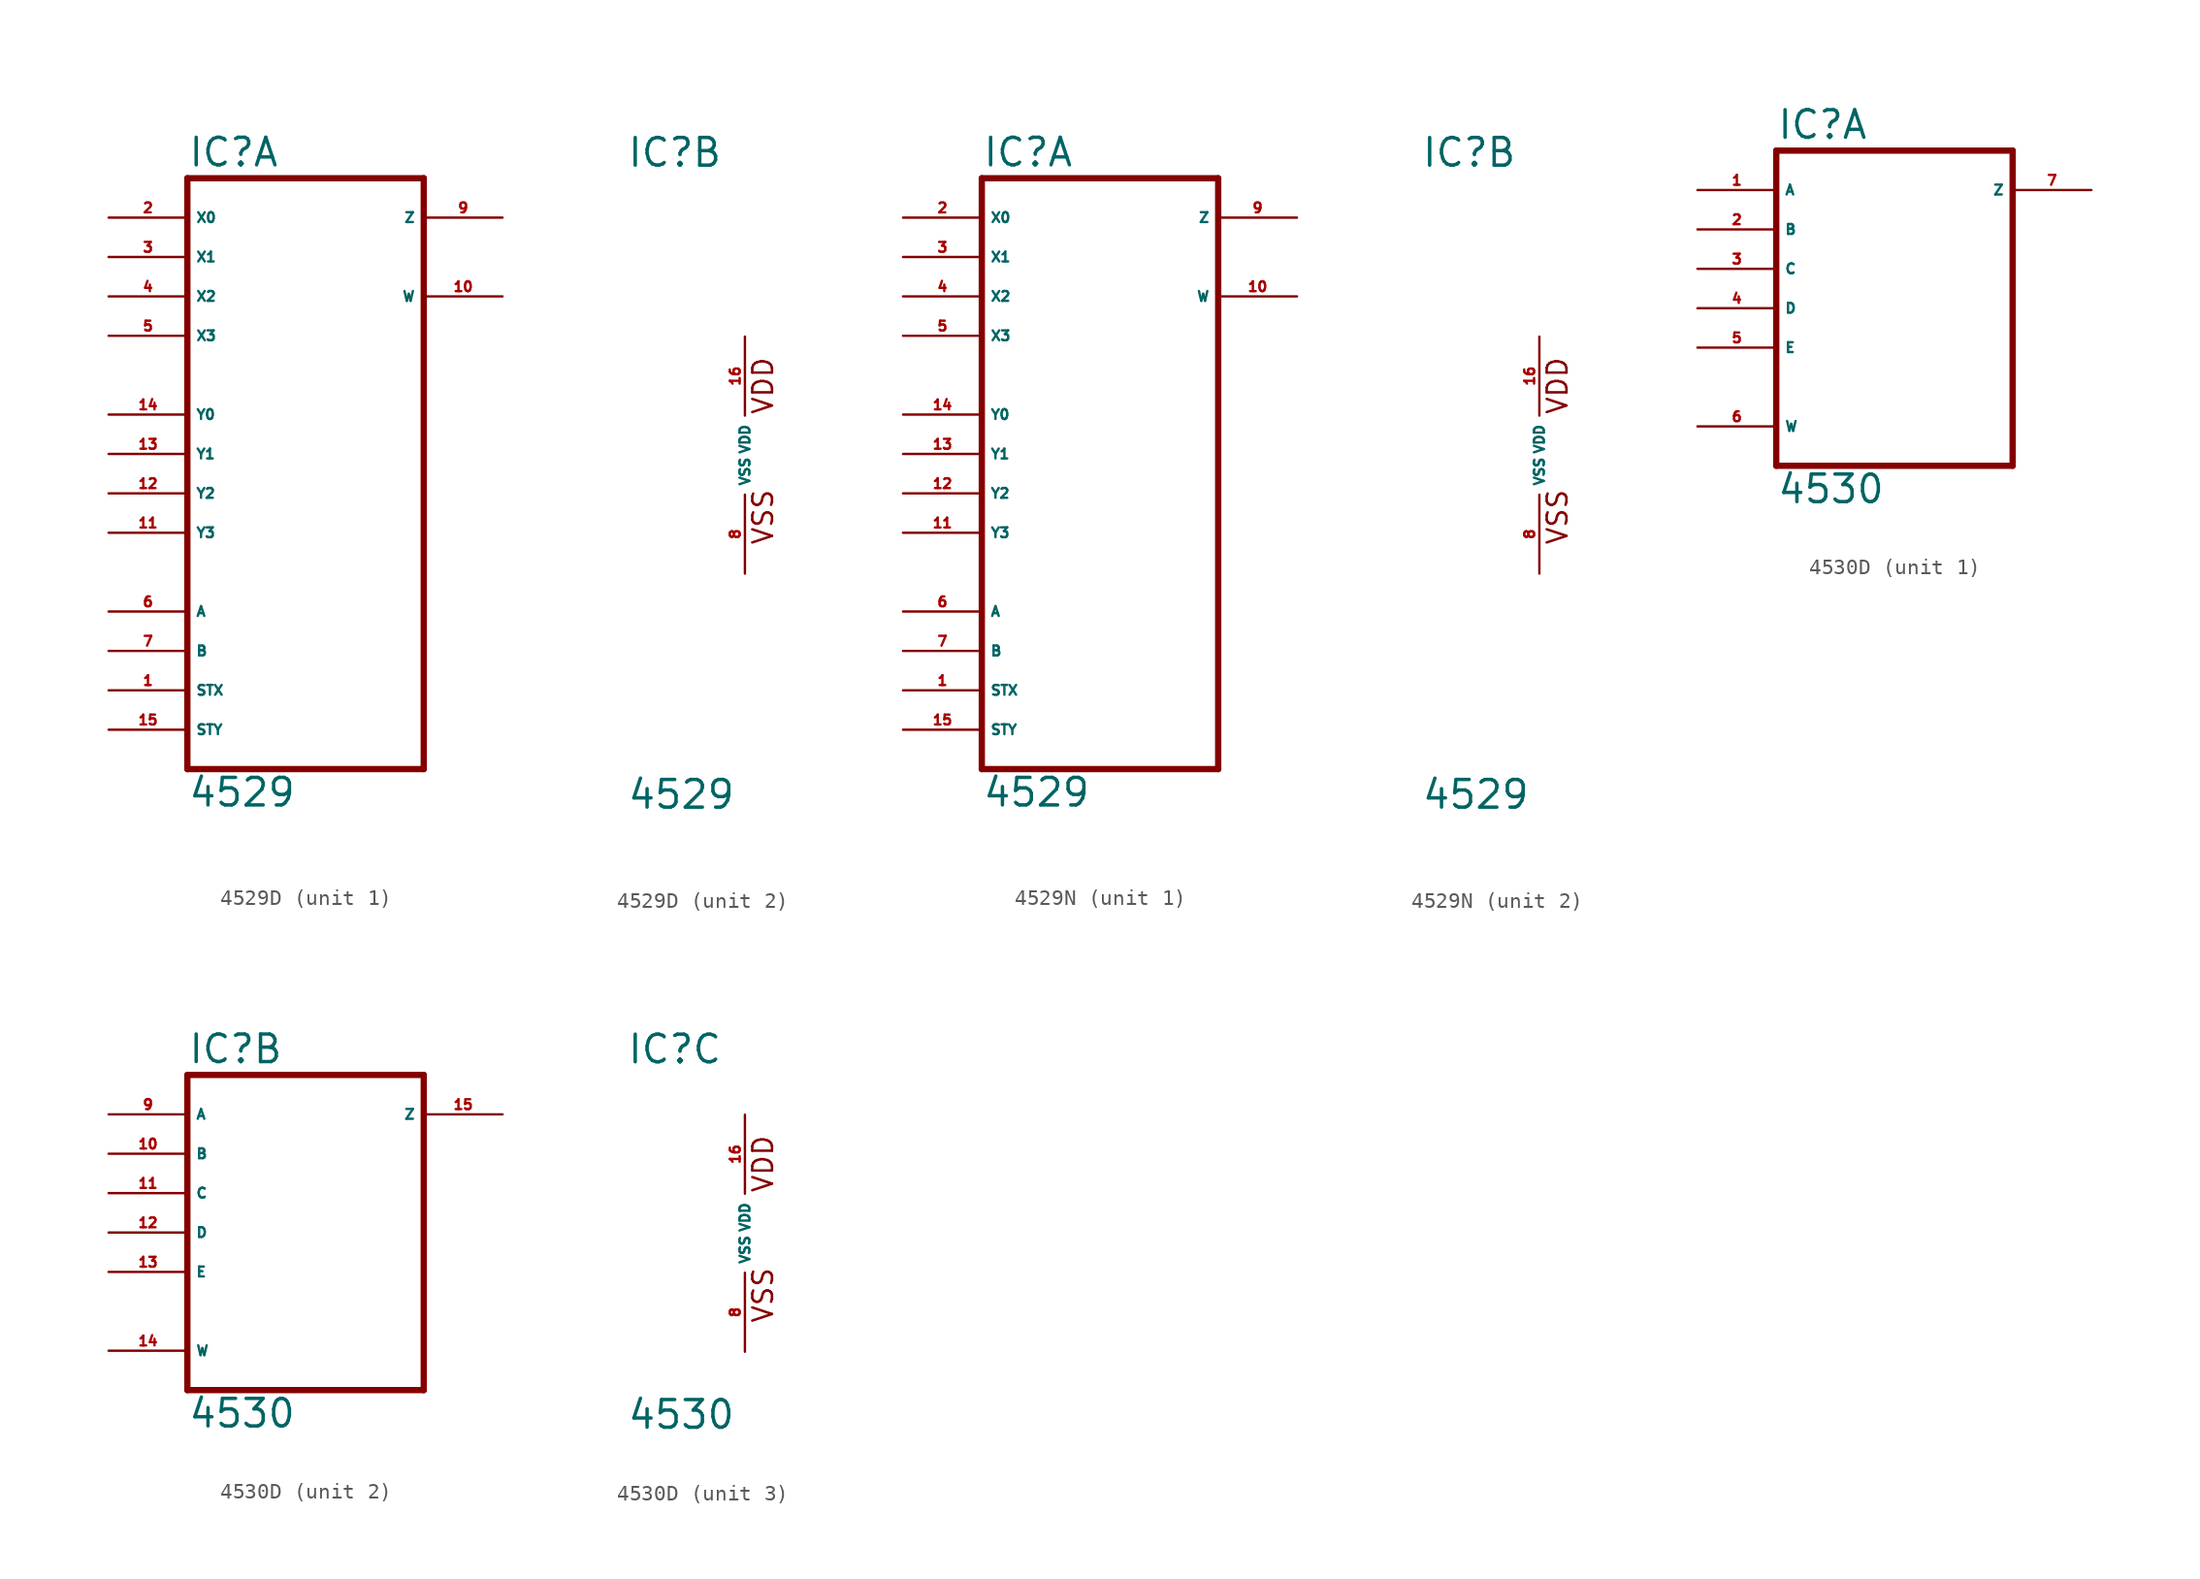
<source format=kicad_sym>
(kicad_symbol_lib
  (version 20220914)
  (generator Eagle2Kicad)
  (symbol "4529D"
    (property "Reference" "IC"
      (at -7.62 18.415 0)
      (effects (font (size 1.778 1.778) (thickness 0.22)) (justify left bottom)))
    (property "Value" "4529"
      (at -7.62 -22.86 0)
      (effects (font (size 1.778 1.778) (thickness 0.22)) (justify left bottom)))
    (symbol "4529D_1_0"
      (polyline (pts (xy -7.62 -20.32) (xy 7.62 -20.32)) (stroke (width 0.406) (type default)) (fill (type none)))
      (polyline (pts (xy 7.62 -20.32) (xy 7.62 17.78)) (stroke (width 0.406) (type default)) (fill (type none)))
      (polyline (pts (xy 7.62 17.78) (xy -7.62 17.78)) (stroke (width 0.406) (type default)) (fill (type none)))
      (polyline (pts (xy -7.62 17.78) (xy -7.62 -20.32)) (stroke (width 0.406) (type default)) (fill (type none)))
      (pin input line (at -12.7 -15.24 0) (length 5.08) (name "STX" (effects (font (size 0.635 0.635) (thickness 0.08)) (justify left bottom))) (number "1" (effects (font (size 0.635 0.635) (thickness 0.08)) (justify left bottom))))
      (pin input line (at -12.7 15.24 0) (length 5.08) (name "X0" (effects (font (size 0.635 0.635) (thickness 0.08)) (justify left bottom))) (number "2" (effects (font (size 0.635 0.635) (thickness 0.08)) (justify left bottom))))
      (pin input line (at -12.7 12.7 0) (length 5.08) (name "X1" (effects (font (size 0.635 0.635) (thickness 0.08)) (justify left bottom))) (number "3" (effects (font (size 0.635 0.635) (thickness 0.08)) (justify left bottom))))
      (pin input line (at -12.7 10.16 0) (length 5.08) (name "X2" (effects (font (size 0.635 0.635) (thickness 0.08)) (justify left bottom))) (number "4" (effects (font (size 0.635 0.635) (thickness 0.08)) (justify left bottom))))
      (pin input line (at -12.7 -17.78 0) (length 5.08) (name "STY" (effects (font (size 0.635 0.635) (thickness 0.08)) (justify left bottom))) (number "15" (effects (font (size 0.635 0.635) (thickness 0.08)) (justify left bottom))))
      (pin input line (at -12.7 -10.16 0) (length 5.08) (name "A" (effects (font (size 0.635 0.635) (thickness 0.08)) (justify left bottom))) (number "6" (effects (font (size 0.635 0.635) (thickness 0.08)) (justify left bottom))))
      (pin input line (at -12.7 -12.7 0) (length 5.08) (name "B" (effects (font (size 0.635 0.635) (thickness 0.08)) (justify left bottom))) (number "7" (effects (font (size 0.635 0.635) (thickness 0.08)) (justify left bottom))))
      (pin tri_state line (at 12.7 15.24 180) (length 5.08) (name "Z" (effects (font (size 0.635 0.635) (thickness 0.08)) (justify left bottom))) (number "9" (effects (font (size 0.635 0.635) (thickness 0.08)) (justify left bottom))))
      (pin tri_state line (at 12.7 10.16 180) (length 5.08) (name "W" (effects (font (size 0.635 0.635) (thickness 0.08)) (justify left bottom))) (number "10" (effects (font (size 0.635 0.635) (thickness 0.08)) (justify left bottom))))
      (pin input line (at -12.7 -5.08 0) (length 5.08) (name "Y3" (effects (font (size 0.635 0.635) (thickness 0.08)) (justify left bottom))) (number "11" (effects (font (size 0.635 0.635) (thickness 0.08)) (justify left bottom))))
      (pin input line (at -12.7 -2.54 0) (length 5.08) (name "Y2" (effects (font (size 0.635 0.635) (thickness 0.08)) (justify left bottom))) (number "12" (effects (font (size 0.635 0.635) (thickness 0.08)) (justify left bottom))))
      (pin input line (at -12.7 0 0) (length 5.08) (name "Y1" (effects (font (size 0.635 0.635) (thickness 0.08)) (justify left bottom))) (number "13" (effects (font (size 0.635 0.635) (thickness 0.08)) (justify left bottom))))
      (pin input line (at -12.7 2.54 0) (length 5.08) (name "Y0" (effects (font (size 0.635 0.635) (thickness 0.08)) (justify left bottom))) (number "14" (effects (font (size 0.635 0.635) (thickness 0.08)) (justify left bottom))))
      (pin input line (at -12.7 7.62 0) (length 5.08) (name "X3" (effects (font (size 0.635 0.635) (thickness 0.08)) (justify left bottom))) (number "5" (effects (font (size 0.635 0.635) (thickness 0.08)) (justify left bottom)))))
    (symbol "4529D_2_0"
      (text "VDD" (at 1.905 2.54 900) (effects (font (size 1.27 1.27) (thickness 0.16)) (justify left bottom)))
      (text "VSS" (at 1.905 -5.842 900) (effects (font (size 1.27 1.27) (thickness 0.16)) (justify left bottom)))
      (pin unspecified line (at 0 -7.62 90) (length 5.08) (name "VSS" (effects (font (size 0.635 0.635) (thickness 0.08)) (justify left bottom))) (number "8" (effects (font (size 0.635 0.635) (thickness 0.08)) (justify left bottom))))
      (pin unspecified line (at 0 7.62 270) (length 5.08) (name "VDD" (effects (font (size 0.635 0.635) (thickness 0.08)) (justify left bottom))) (number "16" (effects (font (size 0.635 0.635) (thickness 0.08)) (justify left bottom))))))
  (symbol "4529N"
    (property "Reference" "IC"
      (at -7.62 18.415 0)
      (effects (font (size 1.778 1.778) (thickness 0.22)) (justify left bottom)))
    (property "Value" "4529"
      (at -7.62 -22.86 0)
      (effects (font (size 1.778 1.778) (thickness 0.22)) (justify left bottom)))
    (symbol "4529N_1_0"
      (polyline (pts (xy -7.62 -20.32) (xy 7.62 -20.32)) (stroke (width 0.406) (type default)) (fill (type none)))
      (polyline (pts (xy 7.62 -20.32) (xy 7.62 17.78)) (stroke (width 0.406) (type default)) (fill (type none)))
      (polyline (pts (xy 7.62 17.78) (xy -7.62 17.78)) (stroke (width 0.406) (type default)) (fill (type none)))
      (polyline (pts (xy -7.62 17.78) (xy -7.62 -20.32)) (stroke (width 0.406) (type default)) (fill (type none)))
      (pin input line (at -12.7 -15.24 0) (length 5.08) (name "STX" (effects (font (size 0.635 0.635) (thickness 0.08)) (justify left bottom))) (number "1" (effects (font (size 0.635 0.635) (thickness 0.08)) (justify left bottom))))
      (pin input line (at -12.7 15.24 0) (length 5.08) (name "X0" (effects (font (size 0.635 0.635) (thickness 0.08)) (justify left bottom))) (number "2" (effects (font (size 0.635 0.635) (thickness 0.08)) (justify left bottom))))
      (pin input line (at -12.7 12.7 0) (length 5.08) (name "X1" (effects (font (size 0.635 0.635) (thickness 0.08)) (justify left bottom))) (number "3" (effects (font (size 0.635 0.635) (thickness 0.08)) (justify left bottom))))
      (pin input line (at -12.7 10.16 0) (length 5.08) (name "X2" (effects (font (size 0.635 0.635) (thickness 0.08)) (justify left bottom))) (number "4" (effects (font (size 0.635 0.635) (thickness 0.08)) (justify left bottom))))
      (pin input line (at -12.7 -17.78 0) (length 5.08) (name "STY" (effects (font (size 0.635 0.635) (thickness 0.08)) (justify left bottom))) (number "15" (effects (font (size 0.635 0.635) (thickness 0.08)) (justify left bottom))))
      (pin input line (at -12.7 -10.16 0) (length 5.08) (name "A" (effects (font (size 0.635 0.635) (thickness 0.08)) (justify left bottom))) (number "6" (effects (font (size 0.635 0.635) (thickness 0.08)) (justify left bottom))))
      (pin input line (at -12.7 -12.7 0) (length 5.08) (name "B" (effects (font (size 0.635 0.635) (thickness 0.08)) (justify left bottom))) (number "7" (effects (font (size 0.635 0.635) (thickness 0.08)) (justify left bottom))))
      (pin tri_state line (at 12.7 15.24 180) (length 5.08) (name "Z" (effects (font (size 0.635 0.635) (thickness 0.08)) (justify left bottom))) (number "9" (effects (font (size 0.635 0.635) (thickness 0.08)) (justify left bottom))))
      (pin tri_state line (at 12.7 10.16 180) (length 5.08) (name "W" (effects (font (size 0.635 0.635) (thickness 0.08)) (justify left bottom))) (number "10" (effects (font (size 0.635 0.635) (thickness 0.08)) (justify left bottom))))
      (pin input line (at -12.7 -5.08 0) (length 5.08) (name "Y3" (effects (font (size 0.635 0.635) (thickness 0.08)) (justify left bottom))) (number "11" (effects (font (size 0.635 0.635) (thickness 0.08)) (justify left bottom))))
      (pin input line (at -12.7 -2.54 0) (length 5.08) (name "Y2" (effects (font (size 0.635 0.635) (thickness 0.08)) (justify left bottom))) (number "12" (effects (font (size 0.635 0.635) (thickness 0.08)) (justify left bottom))))
      (pin input line (at -12.7 0 0) (length 5.08) (name "Y1" (effects (font (size 0.635 0.635) (thickness 0.08)) (justify left bottom))) (number "13" (effects (font (size 0.635 0.635) (thickness 0.08)) (justify left bottom))))
      (pin input line (at -12.7 2.54 0) (length 5.08) (name "Y0" (effects (font (size 0.635 0.635) (thickness 0.08)) (justify left bottom))) (number "14" (effects (font (size 0.635 0.635) (thickness 0.08)) (justify left bottom))))
      (pin input line (at -12.7 7.62 0) (length 5.08) (name "X3" (effects (font (size 0.635 0.635) (thickness 0.08)) (justify left bottom))) (number "5" (effects (font (size 0.635 0.635) (thickness 0.08)) (justify left bottom)))))
    (symbol "4529N_2_0"
      (text "VDD" (at 1.905 2.54 900) (effects (font (size 1.27 1.27) (thickness 0.16)) (justify left bottom)))
      (text "VSS" (at 1.905 -5.842 900) (effects (font (size 1.27 1.27) (thickness 0.16)) (justify left bottom)))
      (pin unspecified line (at 0 -7.62 90) (length 5.08) (name "VSS" (effects (font (size 0.635 0.635) (thickness 0.08)) (justify left bottom))) (number "8" (effects (font (size 0.635 0.635) (thickness 0.08)) (justify left bottom))))
      (pin unspecified line (at 0 7.62 270) (length 5.08) (name "VDD" (effects (font (size 0.635 0.635) (thickness 0.08)) (justify left bottom))) (number "16" (effects (font (size 0.635 0.635) (thickness 0.08)) (justify left bottom))))))
  (symbol "4530D"
    (property "Reference" "IC"
      (at -7.62 10.795 0)
      (effects (font (size 1.778 1.778) (thickness 0.22)) (justify left bottom)))
    (property "Value" "4530"
      (at -7.62 -12.7 0)
      (effects (font (size 1.778 1.778) (thickness 0.22)) (justify left bottom)))
    (symbol "4530D_1_0"
      (polyline (pts (xy -7.62 -10.16) (xy 7.62 -10.16)) (stroke (width 0.406) (type default)) (fill (type none)))
      (polyline (pts (xy 7.62 -10.16) (xy 7.62 10.16)) (stroke (width 0.406) (type default)) (fill (type none)))
      (polyline (pts (xy 7.62 10.16) (xy -7.62 10.16)) (stroke (width 0.406) (type default)) (fill (type none)))
      (polyline (pts (xy -7.62 10.16) (xy -7.62 -10.16)) (stroke (width 0.406) (type default)) (fill (type none)))
      (pin input line (at -12.7 7.62 0) (length 5.08) (name "A" (effects (font (size 0.635 0.635) (thickness 0.08)) (justify left bottom))) (number "1" (effects (font (size 0.635 0.635) (thickness 0.08)) (justify left bottom))))
      (pin input line (at -12.7 5.08 0) (length 5.08) (name "B" (effects (font (size 0.635 0.635) (thickness 0.08)) (justify left bottom))) (number "2" (effects (font (size 0.635 0.635) (thickness 0.08)) (justify left bottom))))
      (pin input line (at -12.7 2.54 0) (length 5.08) (name "C" (effects (font (size 0.635 0.635) (thickness 0.08)) (justify left bottom))) (number "3" (effects (font (size 0.635 0.635) (thickness 0.08)) (justify left bottom))))
      (pin input line (at -12.7 0 0) (length 5.08) (name "D" (effects (font (size 0.635 0.635) (thickness 0.08)) (justify left bottom))) (number "4" (effects (font (size 0.635 0.635) (thickness 0.08)) (justify left bottom))))
      (pin input line (at -12.7 -2.54 0) (length 5.08) (name "E" (effects (font (size 0.635 0.635) (thickness 0.08)) (justify left bottom))) (number "5" (effects (font (size 0.635 0.635) (thickness 0.08)) (justify left bottom))))
      (pin input line (at -12.7 -7.62 0) (length 5.08) (name "W" (effects (font (size 0.635 0.635) (thickness 0.08)) (justify left bottom))) (number "6" (effects (font (size 0.635 0.635) (thickness 0.08)) (justify left bottom))))
      (pin output line (at 12.7 7.62 180) (length 5.08) (name "Z" (effects (font (size 0.635 0.635) (thickness 0.08)) (justify left bottom))) (number "7" (effects (font (size 0.635 0.635) (thickness 0.08)) (justify left bottom)))))
    (symbol "4530D_2_0"
      (polyline (pts (xy -7.62 -10.16) (xy 7.62 -10.16)) (stroke (width 0.406) (type default)) (fill (type none)))
      (polyline (pts (xy 7.62 -10.16) (xy 7.62 10.16)) (stroke (width 0.406) (type default)) (fill (type none)))
      (polyline (pts (xy 7.62 10.16) (xy -7.62 10.16)) (stroke (width 0.406) (type default)) (fill (type none)))
      (polyline (pts (xy -7.62 10.16) (xy -7.62 -10.16)) (stroke (width 0.406) (type default)) (fill (type none)))
      (pin input line (at -12.7 7.62 0) (length 5.08) (name "A" (effects (font (size 0.635 0.635) (thickness 0.08)) (justify left bottom))) (number "9" (effects (font (size 0.635 0.635) (thickness 0.08)) (justify left bottom))))
      (pin input line (at -12.7 5.08 0) (length 5.08) (name "B" (effects (font (size 0.635 0.635) (thickness 0.08)) (justify left bottom))) (number "10" (effects (font (size 0.635 0.635) (thickness 0.08)) (justify left bottom))))
      (pin input line (at -12.7 2.54 0) (length 5.08) (name "C" (effects (font (size 0.635 0.635) (thickness 0.08)) (justify left bottom))) (number "11" (effects (font (size 0.635 0.635) (thickness 0.08)) (justify left bottom))))
      (pin input line (at -12.7 0 0) (length 5.08) (name "D" (effects (font (size 0.635 0.635) (thickness 0.08)) (justify left bottom))) (number "12" (effects (font (size 0.635 0.635) (thickness 0.08)) (justify left bottom))))
      (pin input line (at -12.7 -2.54 0) (length 5.08) (name "E" (effects (font (size 0.635 0.635) (thickness 0.08)) (justify left bottom))) (number "13" (effects (font (size 0.635 0.635) (thickness 0.08)) (justify left bottom))))
      (pin input line (at -12.7 -7.62 0) (length 5.08) (name "W" (effects (font (size 0.635 0.635) (thickness 0.08)) (justify left bottom))) (number "14" (effects (font (size 0.635 0.635) (thickness 0.08)) (justify left bottom))))
      (pin output line (at 12.7 7.62 180) (length 5.08) (name "Z" (effects (font (size 0.635 0.635) (thickness 0.08)) (justify left bottom))) (number "15" (effects (font (size 0.635 0.635) (thickness 0.08)) (justify left bottom)))))
    (symbol "4530D_3_0"
      (text "VDD" (at 1.905 2.54 900) (effects (font (size 1.27 1.27) (thickness 0.16)) (justify left bottom)))
      (text "VSS" (at 1.905 -5.842 900) (effects (font (size 1.27 1.27) (thickness 0.16)) (justify left bottom)))
      (pin unspecified line (at 0 -7.62 90) (length 5.08) (name "VSS" (effects (font (size 0.635 0.635) (thickness 0.08)) (justify left bottom))) (number "8" (effects (font (size 0.635 0.635) (thickness 0.08)) (justify left bottom))))
      (pin unspecified line (at 0 7.62 270) (length 5.08) (name "VDD" (effects (font (size 0.635 0.635) (thickness 0.08)) (justify left bottom))) (number "16" (effects (font (size 0.635 0.635) (thickness 0.08)) (justify left bottom)))))))
</source>
